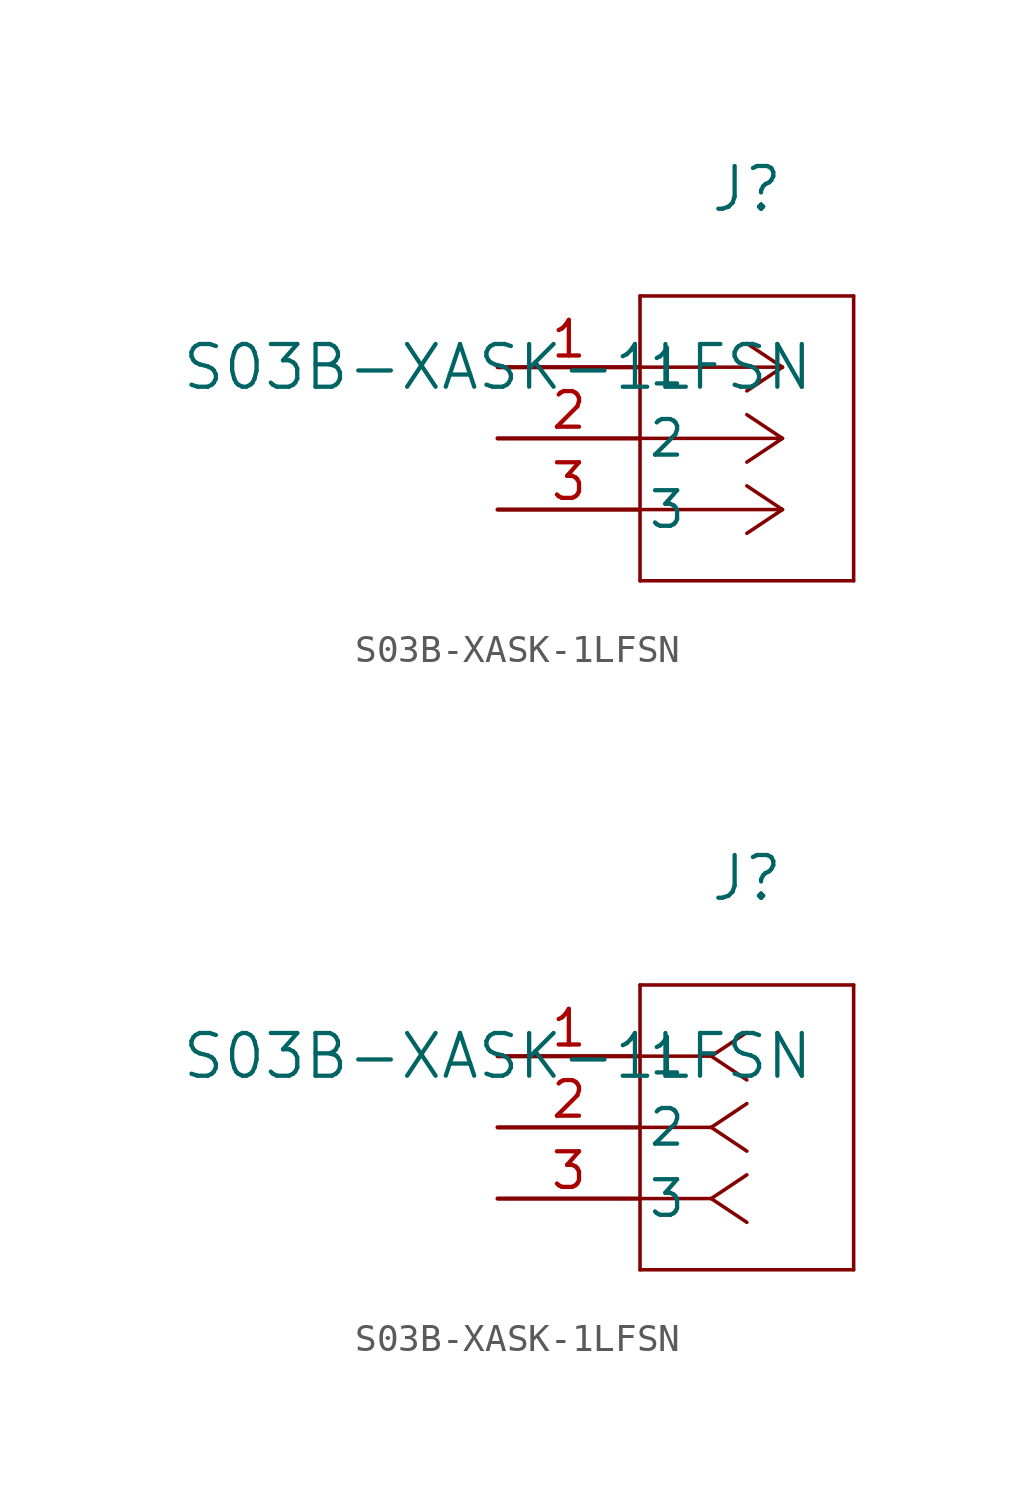
<source format=kicad_sym>
(kicad_symbol_lib
  (version 20211014)
  (generator kicad_symbol_editor)
  (symbol "S03B-XASK-1LFSN"
    (pin_names
      (offset 0.254))
    (property "Reference" "J"
      (at 8.89 6.35 0)
      (effects (font (size 1.524 1.524))))
    (property "Value" "S03B-XASK-1LFSN"
      (at 0 0 0)
      (effects (font (size 1.524 1.524))))
    (symbol "S03B-XASK-1LFSN_1_1"
      (polyline (pts (xy 10.16 0) (xy 5.08 0)) (stroke (width 0.127) (type default) (color 0 0 0 0)) (fill (type none)))
      (polyline (pts (xy 10.16 -2.54) (xy 5.08 -2.54)) (stroke (width 0.127) (type default) (color 0 0 0 0)) (fill (type none)))
      (polyline (pts (xy 10.16 -5.08) (xy 5.08 -5.08)) (stroke (width 0.127) (type default) (color 0 0 0 0)) (fill (type none)))
      (polyline (pts (xy 10.16 0) (xy 8.89 0.847)) (stroke (width 0.127) (type default) (color 0 0 0 0)) (fill (type none)))
      (polyline (pts (xy 10.16 -2.54) (xy 8.89 -1.693)) (stroke (width 0.127) (type default) (color 0 0 0 0)) (fill (type none)))
      (polyline (pts (xy 10.16 -5.08) (xy 8.89 -4.233)) (stroke (width 0.127) (type default) (color 0 0 0 0)) (fill (type none)))
      (polyline (pts (xy 10.16 0) (xy 8.89 -0.847)) (stroke (width 0.127) (type default) (color 0 0 0 0)) (fill (type none)))
      (polyline (pts (xy 10.16 -2.54) (xy 8.89 -3.387)) (stroke (width 0.127) (type default) (color 0 0 0 0)) (fill (type none)))
      (polyline (pts (xy 10.16 -5.08) (xy 8.89 -5.927)) (stroke (width 0.127) (type default) (color 0 0 0 0)) (fill (type none)))
      (polyline (pts (xy 5.08 2.54) (xy 5.08 -7.62)) (stroke (width 0.127) (type default) (color 0 0 0 0)) (fill (type none)))
      (polyline (pts (xy 5.08 -7.62) (xy 12.7 -7.62)) (stroke (width 0.127) (type default) (color 0 0 0 0)) (fill (type none)))
      (polyline (pts (xy 12.7 -7.62) (xy 12.7 2.54)) (stroke (width 0.127) (type default) (color 0 0 0 0)) (fill (type none)))
      (polyline (pts (xy 12.7 2.54) (xy 5.08 2.54)) (stroke (width 0.127) (type default) (color 0 0 0 0)) (fill (type none)))
      (pin unspecified line (at 0 0 0) (length 5.08) (name "1" (effects (font (size 1.27 1.27)))) (number "1" (effects (font (size 1.27 1.27)))))
      (pin unspecified line (at 0 -2.54 0) (length 5.08) (name "2" (effects (font (size 1.27 1.27)))) (number "2" (effects (font (size 1.27 1.27)))))
      (pin unspecified line (at 0 -5.08 0) (length 5.08) (name "3" (effects (font (size 1.27 1.27)))) (number "3" (effects (font (size 1.27 1.27))))))
    (symbol "S03B-XASK-1LFSN_1_2"
      (polyline (pts (xy 7.62 0) (xy 5.08 0)) (stroke (width 0.127) (type default) (color 0 0 0 0)) (fill (type none)))
      (polyline (pts (xy 7.62 -2.54) (xy 5.08 -2.54)) (stroke (width 0.127) (type default) (color 0 0 0 0)) (fill (type none)))
      (polyline (pts (xy 7.62 -5.08) (xy 5.08 -5.08)) (stroke (width 0.127) (type default) (color 0 0 0 0)) (fill (type none)))
      (polyline (pts (xy 7.62 0) (xy 8.89 0.847)) (stroke (width 0.127) (type default) (color 0 0 0 0)) (fill (type none)))
      (polyline (pts (xy 7.62 -2.54) (xy 8.89 -1.693)) (stroke (width 0.127) (type default) (color 0 0 0 0)) (fill (type none)))
      (polyline (pts (xy 7.62 -5.08) (xy 8.89 -4.233)) (stroke (width 0.127) (type default) (color 0 0 0 0)) (fill (type none)))
      (polyline (pts (xy 7.62 0) (xy 8.89 -0.847)) (stroke (width 0.127) (type default) (color 0 0 0 0)) (fill (type none)))
      (polyline (pts (xy 7.62 -2.54) (xy 8.89 -3.387)) (stroke (width 0.127) (type default) (color 0 0 0 0)) (fill (type none)))
      (polyline (pts (xy 7.62 -5.08) (xy 8.89 -5.927)) (stroke (width 0.127) (type default) (color 0 0 0 0)) (fill (type none)))
      (polyline (pts (xy 5.08 2.54) (xy 5.08 -7.62)) (stroke (width 0.127) (type default) (color 0 0 0 0)) (fill (type none)))
      (polyline (pts (xy 5.08 -7.62) (xy 12.7 -7.62)) (stroke (width 0.127) (type default) (color 0 0 0 0)) (fill (type none)))
      (polyline (pts (xy 12.7 -7.62) (xy 12.7 2.54)) (stroke (width 0.127) (type default) (color 0 0 0 0)) (fill (type none)))
      (polyline (pts (xy 12.7 2.54) (xy 5.08 2.54)) (stroke (width 0.127) (type default) (color 0 0 0 0)) (fill (type none)))
      (pin unspecified line (at 0 0 0) (length 5.08) (name "1" (effects (font (size 1.27 1.27)))) (number "1" (effects (font (size 1.27 1.27)))))
      (pin unspecified line (at 0 -2.54 0) (length 5.08) (name "2" (effects (font (size 1.27 1.27)))) (number "2" (effects (font (size 1.27 1.27)))))
      (pin unspecified line (at 0 -5.08 0) (length 5.08) (name "3" (effects (font (size 1.27 1.27)))) (number "3" (effects (font (size 1.27 1.27))))))))
</source>
